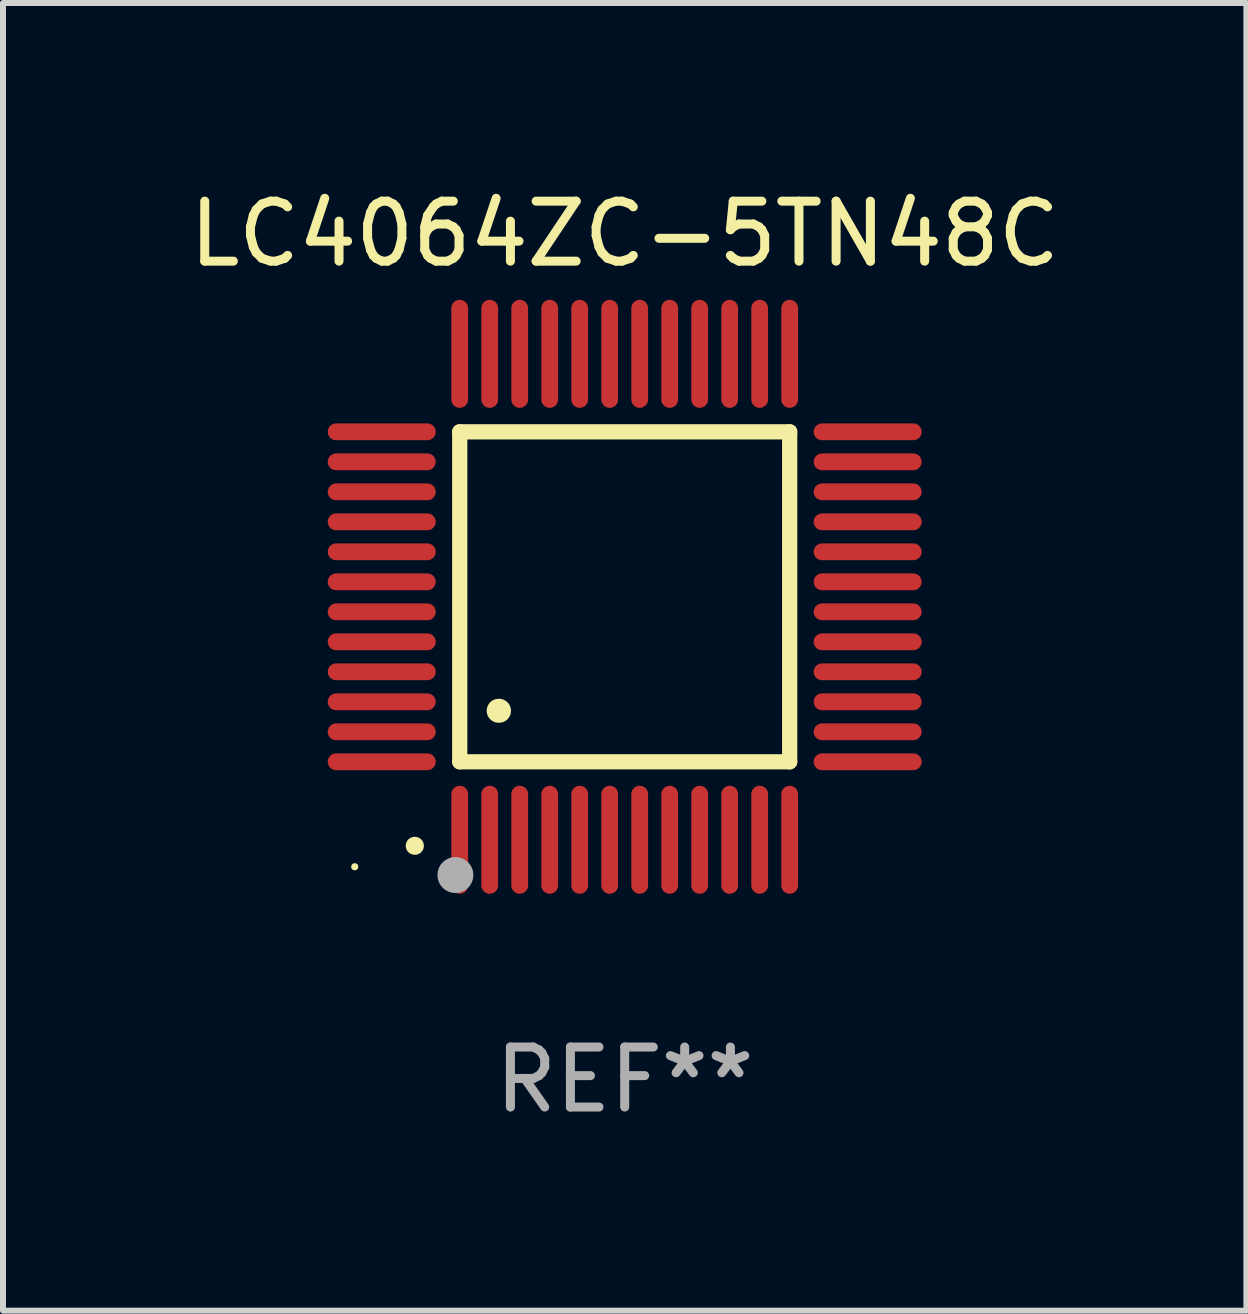
<source format=kicad_pcb>
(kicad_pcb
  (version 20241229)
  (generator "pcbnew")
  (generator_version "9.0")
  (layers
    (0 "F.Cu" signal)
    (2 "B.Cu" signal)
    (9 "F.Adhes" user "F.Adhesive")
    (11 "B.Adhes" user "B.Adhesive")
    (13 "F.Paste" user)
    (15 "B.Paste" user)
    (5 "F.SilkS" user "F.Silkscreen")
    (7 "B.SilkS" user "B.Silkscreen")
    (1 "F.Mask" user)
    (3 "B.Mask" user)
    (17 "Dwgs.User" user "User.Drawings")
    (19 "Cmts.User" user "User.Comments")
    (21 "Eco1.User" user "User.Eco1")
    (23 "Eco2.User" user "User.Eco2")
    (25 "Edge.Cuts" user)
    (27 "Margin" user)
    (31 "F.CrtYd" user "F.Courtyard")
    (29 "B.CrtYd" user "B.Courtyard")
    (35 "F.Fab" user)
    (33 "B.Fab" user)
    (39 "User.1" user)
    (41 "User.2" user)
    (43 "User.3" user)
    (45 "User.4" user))
  (footprint "LC4064ZC-5TN48C"
    (layer "F.Cu")
    (at 7.363 6.898)
    (property "Reference" "LC4064ZC-5TN48C" (at 0 -6.05 0) (layer "F.SilkS") (effects (font (size 1 1) (thickness 0.15))))
    (attr through_hole)
    (fp_line (start -2.75 -2.75) (end 2.75 -2.75) (stroke (width 0.254) (type solid)) (layer "F.SilkS"))
    (fp_line (start -2.75 2.75) (end -2.75 -2.75) (stroke (width 0.254) (type solid)) (layer "F.SilkS"))
    (fp_line (start 2.75 -2.75) (end 2.75 2.75) (stroke (width 0.254) (type solid)) (layer "F.SilkS"))
    (fp_line (start 2.75 2.75) (end -2.75 2.75) (stroke (width 0.254) (type solid)) (layer "F.SilkS"))
    (fp_arc (start -3.500127 4.150368) (mid -3.498857 4.150363) (end -3.497587 4.150368) (stroke (width 0.3) (type solid)) (layer "F.SilkS"))
    (fp_arc (start -2.100584 1.899924) (mid -2.098044 1.899908) (end -2.095504 1.899924) (stroke (width 0.4) (type solid)) (layer "F.SilkS"))
    (fp_circle (center -4.5 4.5) (end -4.47 4.5) (stroke (width 0.06) (type solid)) (fill no) (layer "F.SilkS"))
    (fp_circle (center -2.822 4.638) (end -2.672 4.638) (stroke (width 0.3) (type solid)) (fill no) (layer "F.Fab"))
    (fp_text user "REF**" (at 0 8.05 0) (layer "F.Fab") (effects (font (size 1 1) (thickness 0.15))))
    (pad "1" smd oval (at -2.75 4.05) (size 0.28 1.8) (layers "F.Cu" "F.Mask" "F.Paste"))
    (pad "2" smd oval (at -2.25 4.05) (size 0.28 1.8) (layers "F.Cu" "F.Mask" "F.Paste"))
    (pad "3" smd oval (at -1.75 4.05) (size 0.28 1.8) (layers "F.Cu" "F.Mask" "F.Paste"))
    (pad "4" smd oval (at -1.25 4.05) (size 0.28 1.8) (layers "F.Cu" "F.Mask" "F.Paste"))
    (pad "5" smd oval (at -0.75 4.05) (size 0.28 1.8) (layers "F.Cu" "F.Mask" "F.Paste"))
    (pad "6" smd oval (at -0.25 4.05) (size 0.28 1.8) (layers "F.Cu" "F.Mask" "F.Paste"))
    (pad "7" smd oval (at 0.25 4.05) (size 0.28 1.8) (layers "F.Cu" "F.Mask" "F.Paste"))
    (pad "8" smd oval (at 0.75 4.05) (size 0.28 1.8) (layers "F.Cu" "F.Mask" "F.Paste"))
    (pad "9" smd oval (at 1.25 4.05) (size 0.28 1.8) (layers "F.Cu" "F.Mask" "F.Paste"))
    (pad "10" smd oval (at 1.75 4.05) (size 0.28 1.8) (layers "F.Cu" "F.Mask" "F.Paste"))
    (pad "11" smd oval (at 2.25 4.05) (size 0.28 1.8) (layers "F.Cu" "F.Mask" "F.Paste"))
    (pad "12" smd oval (at 2.75 4.05) (size 0.28 1.8) (layers "F.Cu" "F.Mask" "F.Paste"))
    (pad "13" smd oval (at 4.05 2.75) (size 1.8 0.28) (layers "F.Cu" "F.Mask" "F.Paste"))
    (pad "14" smd oval (at 4.05 2.25) (size 1.8 0.28) (layers "F.Cu" "F.Mask" "F.Paste"))
    (pad "15" smd oval (at 4.05 1.75) (size 1.8 0.28) (layers "F.Cu" "F.Mask" "F.Paste"))
    (pad "16" smd oval (at 4.05 1.25) (size 1.8 0.28) (layers "F.Cu" "F.Mask" "F.Paste"))
    (pad "17" smd oval (at 4.05 0.75) (size 1.8 0.28) (layers "F.Cu" "F.Mask" "F.Paste"))
    (pad "18" smd oval (at 4.05 0.25) (size 1.8 0.28) (layers "F.Cu" "F.Mask" "F.Paste"))
    (pad "19" smd oval (at 4.05 -0.25) (size 1.8 0.28) (layers "F.Cu" "F.Mask" "F.Paste"))
    (pad "20" smd oval (at 4.05 -0.75) (size 1.8 0.28) (layers "F.Cu" "F.Mask" "F.Paste"))
    (pad "21" smd oval (at 4.05 -1.25) (size 1.8 0.28) (layers "F.Cu" "F.Mask" "F.Paste"))
    (pad "22" smd oval (at 4.05 -1.75) (size 1.8 0.28) (layers "F.Cu" "F.Mask" "F.Paste"))
    (pad "23" smd oval (at 4.05 -2.25) (size 1.8 0.28) (layers "F.Cu" "F.Mask" "F.Paste"))
    (pad "24" smd oval (at 4.05 -2.75) (size 1.8 0.28) (layers "F.Cu" "F.Mask" "F.Paste"))
    (pad "25" smd oval (at 2.75 -4.05) (size 0.28 1.8) (layers "F.Cu" "F.Mask" "F.Paste"))
    (pad "26" smd oval (at 2.25 -4.05) (size 0.28 1.8) (layers "F.Cu" "F.Mask" "F.Paste"))
    (pad "27" smd oval (at 1.75 -4.05) (size 0.28 1.8) (layers "F.Cu" "F.Mask" "F.Paste"))
    (pad "28" smd oval (at 1.25 -4.05) (size 0.28 1.8) (layers "F.Cu" "F.Mask" "F.Paste"))
    (pad "29" smd oval (at 0.75 -4.05) (size 0.28 1.8) (layers "F.Cu" "F.Mask" "F.Paste"))
    (pad "30" smd oval (at 0.25 -4.05) (size 0.28 1.8) (layers "F.Cu" "F.Mask" "F.Paste"))
    (pad "31" smd oval (at -0.25 -4.05) (size 0.28 1.8) (layers "F.Cu" "F.Mask" "F.Paste"))
    (pad "32" smd oval (at -0.75 -4.05) (size 0.28 1.8) (layers "F.Cu" "F.Mask" "F.Paste"))
    (pad "33" smd oval (at -1.25 -4.05) (size 0.28 1.8) (layers "F.Cu" "F.Mask" "F.Paste"))
    (pad "34" smd oval (at -1.75 -4.05) (size 0.28 1.8) (layers "F.Cu" "F.Mask" "F.Paste"))
    (pad "35" smd oval (at -2.25 -4.05) (size 0.28 1.8) (layers "F.Cu" "F.Mask" "F.Paste"))
    (pad "36" smd oval (at -2.75 -4.05) (size 0.28 1.8) (layers "F.Cu" "F.Mask" "F.Paste"))
    (pad "37" smd oval (at -4.05 -2.75) (size 1.8 0.28) (layers "F.Cu" "F.Mask" "F.Paste"))
    (pad "38" smd oval (at -4.05 -2.25) (size 1.8 0.28) (layers "F.Cu" "F.Mask" "F.Paste"))
    (pad "39" smd oval (at -4.05 -1.75) (size 1.8 0.28) (layers "F.Cu" "F.Mask" "F.Paste"))
    (pad "40" smd oval (at -4.05 -1.25) (size 1.8 0.28) (layers "F.Cu" "F.Mask" "F.Paste"))
    (pad "41" smd oval (at -4.05 -0.75) (size 1.8 0.28) (layers "F.Cu" "F.Mask" "F.Paste"))
    (pad "42" smd oval (at -4.05 -0.25) (size 1.8 0.28) (layers "F.Cu" "F.Mask" "F.Paste"))
    (pad "43" smd oval (at -4.05 0.25) (size 1.8 0.28) (layers "F.Cu" "F.Mask" "F.Paste"))
    (pad "44" smd oval (at -4.05 0.75) (size 1.8 0.28) (layers "F.Cu" "F.Mask" "F.Paste"))
    (pad "45" smd oval (at -4.05 1.25) (size 1.8 0.28) (layers "F.Cu" "F.Mask" "F.Paste"))
    (pad "46" smd oval (at -4.05 1.75) (size 1.8 0.28) (layers "F.Cu" "F.Mask" "F.Paste"))
    (pad "47" smd oval (at -4.05 2.25) (size 1.8 0.28) (layers "F.Cu" "F.Mask" "F.Paste"))
    (pad "48" smd oval (at -4.05 2.75) (size 1.8 0.28) (layers "F.Cu" "F.Mask" "F.Paste")))
  (gr_rect
    (start -3 -3)
    (end 17.726 18.797)
    (stroke (width 0.1) (type default))
    (fill no)
    (layer "Edge.Cuts")))
</source>
